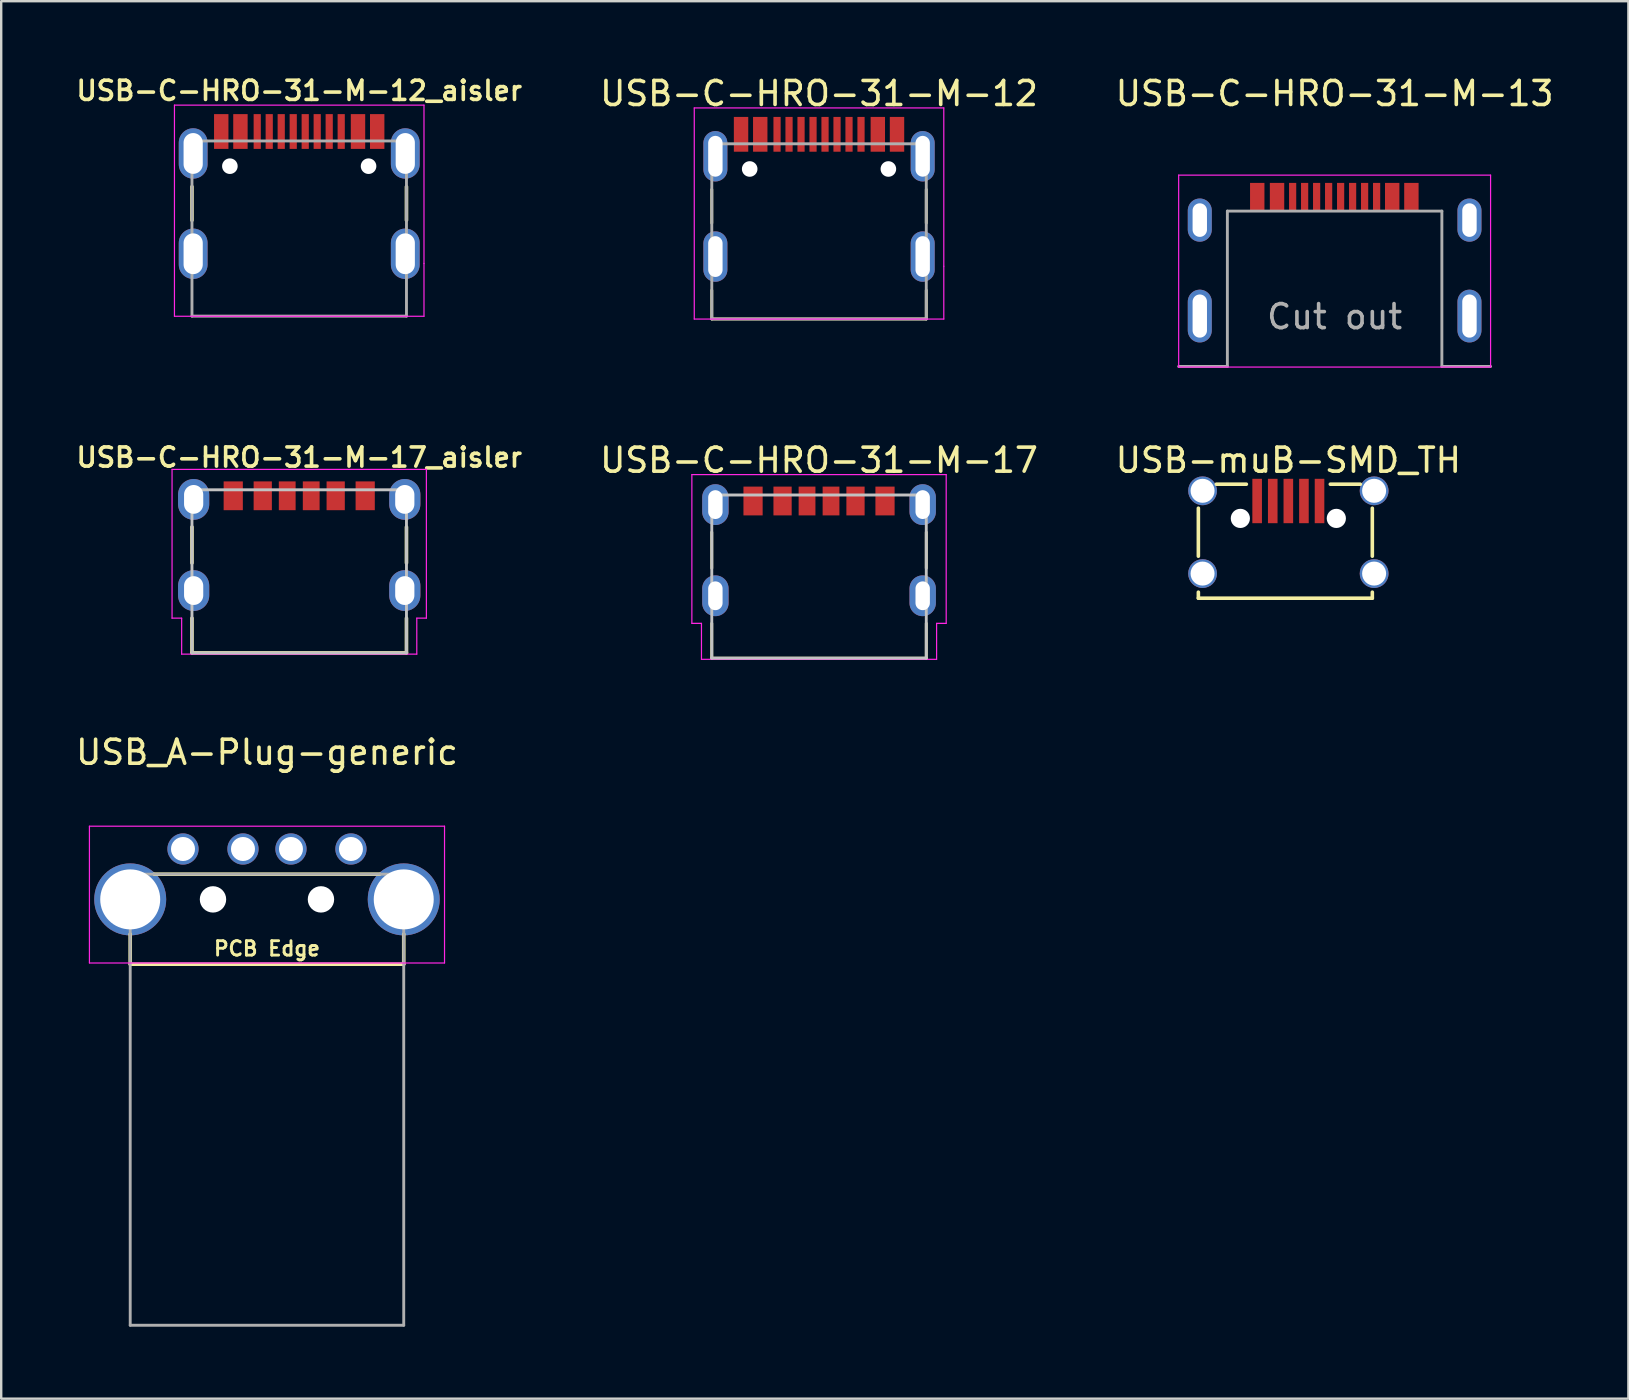
<source format=kicad_pcb>
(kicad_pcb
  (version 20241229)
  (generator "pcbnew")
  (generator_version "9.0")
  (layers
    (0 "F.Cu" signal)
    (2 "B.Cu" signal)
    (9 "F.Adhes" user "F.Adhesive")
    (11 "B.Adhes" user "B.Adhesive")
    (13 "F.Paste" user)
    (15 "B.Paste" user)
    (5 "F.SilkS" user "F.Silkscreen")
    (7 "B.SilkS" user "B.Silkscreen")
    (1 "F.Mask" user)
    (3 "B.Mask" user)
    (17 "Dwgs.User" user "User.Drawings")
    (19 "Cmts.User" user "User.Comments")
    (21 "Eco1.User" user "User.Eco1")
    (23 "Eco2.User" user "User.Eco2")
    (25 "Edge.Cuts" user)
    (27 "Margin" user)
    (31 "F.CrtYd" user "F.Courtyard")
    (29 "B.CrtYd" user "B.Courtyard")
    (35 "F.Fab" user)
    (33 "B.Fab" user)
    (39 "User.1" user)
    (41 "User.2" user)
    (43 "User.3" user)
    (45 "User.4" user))
  (footprint "USB-muB-SMD_TH"
    (layer "F.Cu")
    (at 50.646 19.131)
    (property "Reference" "USB-muB-SMD_TH" (at 0 -3 0) (layer "F.SilkS") (effects (font (size 1 1) (thickness 0.15))))
    (attr through_hole)
    (fp_line (start -3.75 -1) (end -3.75 1) (stroke (width 0.15) (type solid)) (layer "F.SilkS"))
    (fp_line (start -3.75 2.75) (end -3.75 2.5) (stroke (width 0.15) (type solid)) (layer "F.SilkS"))
    (fp_line (start -3 -2) (end -1.75 -2) (stroke (width 0.15) (type solid)) (layer "F.SilkS"))
    (fp_line (start 1.75 -2) (end 3 -2) (stroke (width 0.15) (type solid)) (layer "F.SilkS"))
    (fp_line (start 3.5 -1) (end 3.5 1) (stroke (width 0.15) (type solid)) (layer "F.SilkS"))
    (fp_line (start 3.5 2.5) (end 3.5 2.75) (stroke (width 0.15) (type solid)) (layer "F.SilkS"))
    (fp_line (start 3.5 2.75) (end -3.75 2.75) (stroke (width 0.15) (type solid)) (layer "F.SilkS"))
    (pad "" np_thru_hole circle (at -2 -0.575) (size 0.8 0.8) (drill 0.8) (layers "*.Cu"))
    (pad "" np_thru_hole circle (at 2 -0.575) (size 0.8 0.8) (drill 0.8) (layers "*.Cu"))
    (pad "1" smd rect (at -1.3 -1.3) (size 0.4 1.85) (layers "F.Cu" "F.Mask" "F.Paste"))
    (pad "2" smd rect (at -0.65 -1.3) (size 0.4 1.85) (layers "F.Cu" "F.Mask" "F.Paste"))
    (pad "3" smd rect (at 0 -1.3) (size 0.4 1.85) (layers "F.Cu" "F.Mask" "F.Paste"))
    (pad "4" smd rect (at 0.65 -1.3) (size 0.4 1.85) (layers "F.Cu" "F.Mask" "F.Paste"))
    (pad "5" smd rect (at 1.3 -1.3) (size 0.4 1.85) (layers "F.Cu" "F.Mask" "F.Paste"))
    (pad "S" thru_hole circle (at -3.575 -1.725) (size 1.2 1.2) (drill 1) (layers "*.Cu" "*.Mask"))
    (pad "S" thru_hole circle (at -3.575 1.725) (size 1.2 1.2) (drill 1) (layers "*.Cu" "*.Mask"))
    (pad "S" thru_hole circle (at 3.575 -1.725) (size 1.2 1.2) (drill 1) (layers "*.Cu" "*.Mask"))
    (pad "S" thru_hole circle (at 3.575 1.725) (size 1.2 1.2) (drill 1) (layers "*.Cu" "*.Mask")))
  (footprint "USB-C-HRO-31-M-12"
    (layer "F.Cu")
    (at 31.086 2.548)
    (property "Reference" "USB-C-HRO-31-M-12" (at 0 -1.7 0) (layer "F.SilkS") (effects (font (size 1 1) (thickness 0.15))))
    (attr smd)
    (fp_line (start -4.47 3.7) (end -4.47 2.3) (stroke (width 0.12) (type solid)) (layer "F.SilkS"))
    (fp_line (start -4.47 6.5) (end -4.47 7.695) (stroke (width 0.12) (type solid)) (layer "F.SilkS"))
    (fp_line (start -4.47 7.695) (end 4.47 7.695) (stroke (width 0.12) (type solid)) (layer "F.SilkS"))
    (fp_line (start 4.47 3.7) (end 4.47 2.3) (stroke (width 0.12) (type solid)) (layer "F.SilkS"))
    (fp_line (start 4.47 7.695) (end 4.47 6.5) (stroke (width 0.12) (type solid)) (layer "F.SilkS"))
    (fp_line (start -5.2 -1.1) (end 5.2 -1.1) (stroke (width 0.05) (type solid)) (layer "F.CrtYd"))
    (fp_line (start -5.2 7.7) (end -5.2 -1.1) (stroke (width 0.05) (type solid)) (layer "F.CrtYd"))
    (fp_line (start 5.2 -1.1) (end 5.2 5.5) (stroke (width 0.05) (type solid)) (layer "F.CrtYd"))
    (fp_line (start 5.2 5.5) (end 5.2 7.7) (stroke (width 0.05) (type solid)) (layer "F.CrtYd"))
    (fp_line (start 5.2 7.7) (end -5.2 7.7) (stroke (width 0.05) (type solid)) (layer "F.CrtYd"))
    (fp_line (start -4.47 0.395) (end 4.47 0.395) (stroke (width 0.12) (type solid)) (layer "F.Fab"))
    (fp_line (start -4.47 7.695) (end -4.47 0.395) (stroke (width 0.12) (type solid)) (layer "F.Fab"))
    (fp_line (start -4.47 7.695) (end 4.47 7.695) (stroke (width 0.12) (type solid)) (layer "F.Fab"))
    (fp_line (start 4.47 7.695) (end 4.47 0.395) (stroke (width 0.12) (type solid)) (layer "F.Fab"))
    (pad "" np_thru_hole circle (at -2.89 1.445) (size 0.65 0.65) (drill 0.65) (layers "*.Cu" "*.Mask"))
    (pad "" np_thru_hole circle (at 2.89 1.445) (size 0.65 0.65) (drill 0.65) (layers "*.Cu" "*.Mask"))
    (pad "A1B12" smd rect (at -3.25 0) (size 0.6 1.45) (layers "F.Cu" "F.Mask" "F.Paste"))
    (pad "A4B9" smd rect (at -2.45 0) (size 0.6 1.45) (layers "F.Cu" "F.Mask" "F.Paste"))
    (pad "A5" smd rect (at -1.25 0) (size 0.3 1.45) (layers "F.Cu" "F.Mask" "F.Paste"))
    (pad "A6" smd rect (at -0.25 0) (size 0.3 1.45) (layers "F.Cu" "F.Mask" "F.Paste"))
    (pad "A7" smd rect (at 0.25 0) (size 0.3 1.45) (layers "F.Cu" "F.Mask" "F.Paste"))
    (pad "A8" smd rect (at 1.25 0) (size 0.3 1.45) (layers "F.Cu" "F.Mask" "F.Paste"))
    (pad "B1A9" smd rect (at 2.45 0) (size 0.6 1.45) (layers "F.Cu" "F.Mask" "F.Paste"))
    (pad "B1A12" smd rect (at 3.25 0) (size 0.6 1.45) (layers "F.Cu" "F.Mask" "F.Paste"))
    (pad "B5" smd rect (at 1.75 0) (size 0.3 1.45) (layers "F.Cu" "F.Mask" "F.Paste"))
    (pad "B6" smd rect (at 0.75 0) (size 0.3 1.45) (layers "F.Cu" "F.Mask" "F.Paste"))
    (pad "B7" smd rect (at -0.75 0) (size 0.3 1.45) (layers "F.Cu" "F.Mask" "F.Paste"))
    (pad "B8" smd rect (at -1.75 0) (size 0.3 1.45) (layers "F.Cu" "F.Mask" "F.Paste"))
    (pad "S" thru_hole oval (at -4.32 0.915) (size 1 2.1) (drill oval 0.6 1.7) (layers "*.Cu" "*.Mask"))
    (pad "S" thru_hole oval (at -4.32 5.095) (size 1 2.1) (drill oval 0.6 1.7) (layers "*.Cu" "*.Mask"))
    (pad "S" thru_hole oval (at 4.32 0.915) (size 1 2.1) (drill oval 0.6 1.7) (layers "*.Cu" "*.Mask"))
    (pad "S" thru_hole oval (at 4.32 5.095) (size 1 2.1) (drill oval 0.6 1.7) (layers "*.Cu" "*.Mask")))
  (footprint "USB-C-HRO-31-M-13"
    (layer "F.Cu")
    (at 52.575 5.148)
    (property "Reference" "USB-C-HRO-31-M-13" (at 0 -4.3 0) (layer "F.SilkS") (effects (font (size 1 1) (thickness 0.15))))
    (attr through_hole)
    (fp_line (start -6.5 -0.9) (end -6.5 7.1) (stroke (width 0.05) (type solid)) (layer "F.CrtYd"))
    (fp_line (start -6.5 7.1) (end 6.5 7.1) (stroke (width 0.05) (type solid)) (layer "F.CrtYd"))
    (fp_line (start 6.5 -0.9) (end -6.5 -0.9) (stroke (width 0.05) (type solid)) (layer "F.CrtYd"))
    (fp_line (start 6.5 7.1) (end 6.5 -0.9) (stroke (width 0.05) (type solid)) (layer "F.CrtYd"))
    (fp_line (start -4.47 0.6) (end -4.47 7.075) (stroke (width 0.12) (type solid)) (layer "F.Fab"))
    (fp_line (start -4.47 0.6) (end 4.47 0.6) (stroke (width 0.12) (type solid)) (layer "F.Fab"))
    (fp_line (start -4.47 7.075) (end -6.5 7.075) (stroke (width 0.12) (type solid)) (layer "F.Fab"))
    (fp_line (start 4.47 0.6) (end 4.47 7.075) (stroke (width 0.12) (type solid)) (layer "F.Fab"))
    (fp_line (start 6.5 7.075) (end 4.47 7.075) (stroke (width 0.12) (type solid)) (layer "F.Fab"))
    (fp_text user "Cut out" (at 0 5 0) (layer "F.Fab") (effects (font (size 1 1) (thickness 0.15))))
    (pad "A1B12" smd rect (at -3.225 0) (size 0.6 1.15) (layers "F.Cu" "F.Mask" "F.Paste"))
    (pad "A4B9" smd rect (at -2.4 0) (size 0.6 1.15) (layers "F.Cu" "F.Mask" "F.Paste"))
    (pad "A5" smd rect (at -1.25 0) (size 0.3 1.15) (layers "F.Cu" "F.Mask" "F.Paste"))
    (pad "A6" smd rect (at -0.25 0) (size 0.3 1.15) (layers "F.Cu" "F.Mask" "F.Paste"))
    (pad "A7" smd rect (at 0.25 0) (size 0.3 1.15) (layers "F.Cu" "F.Mask" "F.Paste"))
    (pad "A8" smd rect (at 1.25 0) (size 0.3 1.15) (layers "F.Cu" "F.Mask" "F.Paste"))
    (pad "B1A12" smd rect (at 3.2 0) (size 0.6 1.15) (layers "F.Cu" "F.Mask" "F.Paste"))
    (pad "B4A9" smd rect (at 2.4 0) (size 0.6 1.15) (layers "F.Cu" "F.Mask" "F.Paste"))
    (pad "B5" smd rect (at 1.75 0) (size 0.3 1.15) (layers "F.Cu" "F.Mask" "F.Paste"))
    (pad "B6" smd rect (at 0.75 0) (size 0.3 1.15) (layers "F.Cu" "F.Mask" "F.Paste"))
    (pad "B7" smd rect (at -0.75 0) (size 0.3 1.15) (layers "F.Cu" "F.Mask" "F.Paste"))
    (pad "B8" smd rect (at -1.75 0) (size 0.3 1.15) (layers "F.Cu" "F.Mask" "F.Paste"))
    (pad "S" thru_hole oval (at -5.62 0.975) (size 1 1.8) (drill oval 0.6 1.4) (layers "*.Cu" "*.Mask"))
    (pad "S" thru_hole oval (at -5.62 4.975) (size 1 2.2) (drill oval 0.6 1.8) (layers "*.Cu" "*.Mask"))
    (pad "S" thru_hole oval (at 5.62 0.975) (size 1 1.8) (drill oval 0.6 1.4) (layers "*.Cu" "*.Mask"))
    (pad "S" thru_hole oval (at 5.62 4.975) (size 1 2.2) (drill oval 0.6 1.8) (layers "*.Cu" "*.Mask")))
  (footprint "USB-C-HRO-31-M-12_aisler"
    (layer "F.Cu")
    (at 9.421 2.431)
    (property "Reference" "USB-C-HRO-31-M-12_aisler" (at 0 -1.7 0) (layer "F.SilkS") (effects (font (size 0.8 0.8) (thickness 0.15))))
    (attr through_hole)
    (fp_line (start -4.47 3.7) (end -4.47 2.3) (stroke (width 0.15) (type solid)) (layer "F.SilkS"))
    (fp_line (start 4.47 3.7) (end 4.47 2.3) (stroke (width 0.15) (type solid)) (layer "F.SilkS"))
    (fp_line (start -5.2 -1.1) (end 5.2 -1.1) (stroke (width 0.05) (type solid)) (layer "F.CrtYd"))
    (fp_line (start -5.2 7.7) (end -5.2 -1.1) (stroke (width 0.05) (type solid)) (layer "F.CrtYd"))
    (fp_line (start 5.2 -1.1) (end 5.2 5.5) (stroke (width 0.05) (type solid)) (layer "F.CrtYd"))
    (fp_line (start 5.2 5.5) (end 5.2 7.7) (stroke (width 0.05) (type solid)) (layer "F.CrtYd"))
    (fp_line (start 5.2 7.7) (end -5.2 7.7) (stroke (width 0.05) (type solid)) (layer "F.CrtYd"))
    (fp_line (start -4.47 0.395) (end 4.47 0.395) (stroke (width 0.12) (type solid)) (layer "F.Fab"))
    (fp_line (start -4.47 7.695) (end -4.47 0.395) (stroke (width 0.12) (type solid)) (layer "F.Fab"))
    (fp_line (start -4.47 7.695) (end 4.47 7.695) (stroke (width 0.12) (type solid)) (layer "F.Fab"))
    (fp_line (start 4.47 7.695) (end 4.47 0.395) (stroke (width 0.12) (type solid)) (layer "F.Fab"))
    (pad "" np_thru_hole circle (at -2.89 1.445) (size 0.65 0.65) (drill 0.65) (layers "*.Cu" "*.Mask"))
    (pad "" np_thru_hole circle (at 2.89 1.445) (size 0.65 0.65) (drill 0.65) (layers "*.Cu" "*.Mask"))
    (pad "A1B12" smd rect (at -3.25 0) (size 0.6 1.45) (layers "F.Cu" "F.Mask" "F.Paste"))
    (pad "A4B9" smd rect (at -2.45 0) (size 0.6 1.45) (layers "F.Cu" "F.Mask" "F.Paste"))
    (pad "A5" smd rect (at -1.25 0) (size 0.3 1.45) (layers "F.Cu" "F.Mask" "F.Paste"))
    (pad "A6" smd rect (at -0.25 0) (size 0.3 1.45) (layers "F.Cu" "F.Mask" "F.Paste"))
    (pad "A7" smd rect (at 0.25 0) (size 0.3 1.45) (layers "F.Cu" "F.Mask" "F.Paste"))
    (pad "A8" smd rect (at 1.25 0) (size 0.3 1.45) (layers "F.Cu" "F.Mask" "F.Paste"))
    (pad "B1A12" smd rect (at 3.25 0) (size 0.6 1.45) (layers "F.Cu" "F.Mask" "F.Paste"))
    (pad "B4A9" smd rect (at 2.45 0) (size 0.6 1.45) (layers "F.Cu" "F.Mask" "F.Paste"))
    (pad "B5" smd rect (at 1.75 0) (size 0.3 1.45) (layers "F.Cu" "F.Mask" "F.Paste"))
    (pad "B6" smd rect (at 0.75 0) (size 0.3 1.45) (layers "F.Cu" "F.Mask" "F.Paste"))
    (pad "B7" smd rect (at -0.75 0) (size 0.3 1.45) (layers "F.Cu" "F.Mask" "F.Paste"))
    (pad "B8" smd rect (at -1.75 0) (size 0.3 1.45) (layers "F.Cu" "F.Mask" "F.Paste"))
    (pad "S" thru_hole oval (at -4.42 0.915) (size 1.2 2.1) (drill oval 0.8 1.7) (layers "*.Cu" "*.Mask"))
    (pad "S" thru_hole oval (at -4.42 5.095) (size 1.2 2.1) (drill oval 0.8 1.7) (layers "*.Cu" "*.Mask"))
    (pad "S" thru_hole oval (at 4.42 0.915) (size 1.2 2.1) (drill oval 0.8 1.7) (layers "*.Cu" "*.Mask"))
    (pad "S" thru_hole oval (at 4.42 5.095) (size 1.2 2.1) (drill oval 0.8 1.7) (layers "*.Cu" "*.Mask")))
  (footprint "USB-C-HRO-31-M-17"
    (layer "F.Cu")
    (at 31.086 17.831)
    (property "Reference" "USB-C-HRO-31-M-17" (at 0 -1.7 0) (layer "F.SilkS") (effects (font (size 1 1) (thickness 0.15))))
    (attr through_hole)
    (fp_line (start -4.47 2.8) (end -4.47 1.3) (stroke (width 0.12) (type solid)) (layer "F.SilkS"))
    (fp_line (start -4.47 6.55) (end -4.47 5.1) (stroke (width 0.12) (type solid)) (layer "F.SilkS"))
    (fp_line (start -4.47 6.55) (end 4.47 6.55) (stroke (width 0.12) (type solid)) (layer "F.SilkS"))
    (fp_line (start 4.47 2.8) (end 4.47 1.3) (stroke (width 0.12) (type solid)) (layer "F.SilkS"))
    (fp_line (start 4.47 6.55) (end 4.47 5.1) (stroke (width 0.12) (type solid)) (layer "F.SilkS"))
    (fp_line (start -4.47 -0.25) (end 4.47 -0.25) (stroke (width 0.12) (type solid)) (layer "Dwgs.User"))
    (fp_line (start -4.47 6.55) (end -4.47 -0.25) (stroke (width 0.12) (type solid)) (layer "Dwgs.User"))
    (fp_line (start -4.47 6.55) (end 4.47 6.55) (stroke (width 0.12) (type solid)) (layer "Dwgs.User"))
    (fp_line (start 4.47 6.55) (end 4.47 -0.25) (stroke (width 0.12) (type solid)) (layer "Dwgs.User"))
    (fp_line (start -5.3 -1.1) (end -5.3 5.1) (stroke (width 0.05) (type solid)) (layer "F.CrtYd"))
    (fp_line (start -5.3 5.1) (end -4.9 5.1) (stroke (width 0.05) (type solid)) (layer "F.CrtYd"))
    (fp_line (start -4.9 5.1) (end -4.9 6.6) (stroke (width 0.05) (type solid)) (layer "F.CrtYd"))
    (fp_line (start -4.9 6.6) (end 4.9 6.6) (stroke (width 0.05) (type solid)) (layer "F.CrtYd"))
    (fp_line (start 4.9 5.1) (end 5.3 5.1) (stroke (width 0.05) (type solid)) (layer "F.CrtYd"))
    (fp_line (start 4.9 6.6) (end 4.9 5.1) (stroke (width 0.05) (type solid)) (layer "F.CrtYd"))
    (fp_line (start 5.3 -1.1) (end -5.3 -1.1) (stroke (width 0.05) (type solid)) (layer "F.CrtYd"))
    (fp_line (start 5.3 5.1) (end 5.3 -1.1) (stroke (width 0.05) (type solid)) (layer "F.CrtYd"))
    (pad "B9" smd rect (at -1.52 0) (size 0.76 1.2) (layers "F.Cu" "F.Mask" "F.Paste"))
    (pad "B10" smd rect (at -0.5 0) (size 0.7 1.2) (layers "F.Cu" "F.Mask" "F.Paste"))
    (pad "B11" smd rect (at 0.5 0) (size 0.7 1.2) (layers "F.Cu" "F.Mask" "F.Paste"))
    (pad "B12" smd rect (at -2.75 0) (size 0.8 1.2) (layers "F.Cu" "F.Mask" "F.Paste"))
    (pad "B13" smd rect (at 1.52 0) (size 0.76 1.2) (layers "F.Cu" "F.Mask" "F.Paste"))
    (pad "B14" smd rect (at 2.75 0) (size 0.8 1.2) (layers "F.Cu" "F.Mask" "F.Paste"))
    (pad "S" thru_hole oval (at -4.32 0.15) (size 1.1 1.7) (drill oval 0.6 1.2) (layers "*.Cu" "*.Mask"))
    (pad "S" thru_hole oval (at -4.32 3.95) (size 1.1 1.7) (drill oval 0.6 1.2) (layers "*.Cu" "*.Mask"))
    (pad "S" thru_hole oval (at 4.32 0.15) (size 1.1 1.7) (drill oval 0.6 1.2) (layers "*.Cu" "*.Mask"))
    (pad "S" thru_hole oval (at 4.32 3.95) (size 1.1 1.7) (drill oval 0.6 1.2) (layers "*.Cu" "*.Mask")))
  (footprint "USB-C-HRO-31-M-17_aisler"
    (layer "F.Cu")
    (at 9.421 17.614)
    (property "Reference" "USB-C-HRO-31-M-17_aisler" (at 0 -1.6 0) (layer "F.SilkS") (effects (font (size 0.8 0.8) (thickness 0.15))))
    (attr through_hole)
    (fp_line (start -4.47 2.8) (end -4.47 1.3) (stroke (width 0.15) (type solid)) (layer "F.SilkS"))
    (fp_line (start -4.47 6.55) (end -4.47 5.1) (stroke (width 0.15) (type solid)) (layer "F.SilkS"))
    (fp_line (start -4.47 6.55) (end 4.47 6.55) (stroke (width 0.15) (type solid)) (layer "F.SilkS"))
    (fp_line (start 4.47 2.8) (end 4.47 1.3) (stroke (width 0.15) (type solid)) (layer "F.SilkS"))
    (fp_line (start 4.47 6.55) (end 4.47 5.1) (stroke (width 0.15) (type solid)) (layer "F.SilkS"))
    (fp_line (start -4.47 -0.25) (end 4.47 -0.25) (stroke (width 0.12) (type solid)) (layer "Dwgs.User"))
    (fp_line (start -4.47 6.55) (end -4.47 -0.25) (stroke (width 0.12) (type solid)) (layer "Dwgs.User"))
    (fp_line (start -4.47 6.55) (end 4.47 6.55) (stroke (width 0.12) (type solid)) (layer "Dwgs.User"))
    (fp_line (start 4.47 6.55) (end 4.47 -0.25) (stroke (width 0.12) (type solid)) (layer "Dwgs.User"))
    (fp_line (start -5.3 -1.1) (end -5.3 5.1) (stroke (width 0.05) (type solid)) (layer "F.CrtYd"))
    (fp_line (start -5.3 5.1) (end -4.9 5.1) (stroke (width 0.05) (type solid)) (layer "F.CrtYd"))
    (fp_line (start -4.9 5.1) (end -4.9 6.6) (stroke (width 0.05) (type solid)) (layer "F.CrtYd"))
    (fp_line (start -4.9 6.6) (end 4.9 6.6) (stroke (width 0.05) (type solid)) (layer "F.CrtYd"))
    (fp_line (start 4.9 5.1) (end 5.3 5.1) (stroke (width 0.05) (type solid)) (layer "F.CrtYd"))
    (fp_line (start 4.9 6.6) (end 4.9 5.1) (stroke (width 0.05) (type solid)) (layer "F.CrtYd"))
    (fp_line (start 5.3 -1.1) (end -5.3 -1.1) (stroke (width 0.05) (type solid)) (layer "F.CrtYd"))
    (fp_line (start 5.3 5.1) (end 5.3 -1.1) (stroke (width 0.05) (type solid)) (layer "F.CrtYd"))
    (pad "A5" smd rect (at -0.5 0) (size 0.7 1.2) (layers "F.Cu" "F.Mask" "F.Paste"))
    (pad "A9" smd rect (at 1.52 0) (size 0.76 1.2) (layers "F.Cu" "F.Mask" "F.Paste"))
    (pad "A12" smd rect (at 2.75 0) (size 0.8 1.2) (layers "F.Cu" "F.Mask" "F.Paste"))
    (pad "B5" smd rect (at 0.5 0) (size 0.7 1.2) (layers "F.Cu" "F.Mask" "F.Paste"))
    (pad "B9" smd rect (at -1.52 0) (size 0.76 1.2) (layers "F.Cu" "F.Mask" "F.Paste"))
    (pad "B12" smd rect (at -2.75 0) (size 0.8 1.2) (layers "F.Cu" "F.Mask" "F.Paste"))
    (pad "S" thru_hole oval (at -4.4 0.15) (size 1.3 1.7) (drill oval 0.8 1.2) (layers "*.Cu" "*.Mask"))
    (pad "S" thru_hole oval (at -4.4 3.95) (size 1.3 1.7) (drill oval 0.8 1.2) (layers "*.Cu" "*.Mask"))
    (pad "S" thru_hole oval (at 4.4 0.15) (size 1.3 1.7) (drill oval 0.8 1.2) (layers "*.Cu" "*.Mask"))
    (pad "S" thru_hole oval (at 4.4 3.95) (size 1.3 1.7) (drill oval 0.8 1.2) (layers "*.Cu" "*.Mask")))
  (footprint "USB_A-Plug-generic"
    (layer "F.Cu")
    (at 8.077 33.385)
    (property "Reference" "USB_A-Plug-generic" (at 0 -5.08 0) (layer "F.SilkS") (effects (font (size 1 1) (thickness 0.15))))
    (attr through_hole)
    (fp_line (start -5.7 3.75) (end -5.7 2.5) (stroke (width 0.15) (type solid)) (layer "F.SilkS"))
    (fp_line (start -5.7 3.75) (end 5.7 3.75) (stroke (width 0.15) (type solid)) (layer "F.SilkS"))
    (fp_line (start -4.7 0) (end 4.7 0) (stroke (width 0.15) (type solid)) (layer "F.SilkS"))
    (fp_line (start 5.7 3.75) (end 5.7 2.5) (stroke (width 0.15) (type solid)) (layer "F.SilkS"))
    (fp_line (start -7.4 -2) (end -7.4 3.7) (stroke (width 0.05) (type solid)) (layer "F.CrtYd"))
    (fp_line (start -7.4 -2) (end 7.4 -2) (stroke (width 0.05) (type solid)) (layer "F.CrtYd"))
    (fp_line (start -7.4 3.7) (end 7.4 3.7) (stroke (width 0.05) (type solid)) (layer "F.CrtYd"))
    (fp_line (start 7.4 -2) (end 7.4 3.7) (stroke (width 0.05) (type solid)) (layer "F.CrtYd"))
    (fp_line (start -5.7 0) (end -5.7 18.8) (stroke (width 0.12) (type solid)) (layer "F.Fab"))
    (fp_line (start -5.7 0) (end 5.7 0) (stroke (width 0.12) (type solid)) (layer "F.Fab"))
    (fp_line (start -5.7 18.8) (end 5.7 18.8) (stroke (width 0.12) (type solid)) (layer "F.Fab"))
    (fp_line (start 5.7 0) (end 5.7 18.8) (stroke (width 0.12) (type solid)) (layer "F.Fab"))
    (fp_text user "PCB Edge" (at 0 3.1 0) (layer "F.SilkS") (effects (font (size 0.6 0.6) (thickness 0.12))))
    (pad "" np_thru_hole circle (at -2.25 1.05) (size 1.1 1.1) (drill 1.1) (layers "*.Cu" "*.Mask"))
    (pad "" np_thru_hole circle (at 2.25 1.05) (size 1.1 1.1) (drill 1.1) (layers "*.Cu" "*.Mask"))
    (pad "1" thru_hole circle (at -3.5 -1.05) (size 1.3 1.3) (drill 1) (layers "*.Cu" "*.Mask"))
    (pad "2" thru_hole circle (at -1 -1.05) (size 1.3 1.3) (drill 1) (layers "*.Cu" "*.Mask"))
    (pad "3" thru_hole circle (at 1 -1.05) (size 1.3 1.3) (drill 1) (layers "*.Cu" "*.Mask"))
    (pad "4" thru_hole circle (at 3.5 -1.05) (size 1.3 1.3) (drill 1) (layers "*.Cu" "*.Mask"))
    (pad "S" thru_hole circle (at -5.7 1.05) (size 3 3) (drill 2.5) (layers "*.Cu" "*.Mask"))
    (pad "S" thru_hole circle (at 5.7 1.05) (size 3 3) (drill 2.5) (layers "*.Cu" "*.Mask")))
  (gr_rect
    (start -3 -3)
    (end 64.819 55.245)
    (stroke (width 0.1) (type default))
    (fill no)
    (layer "Edge.Cuts")))
</source>
